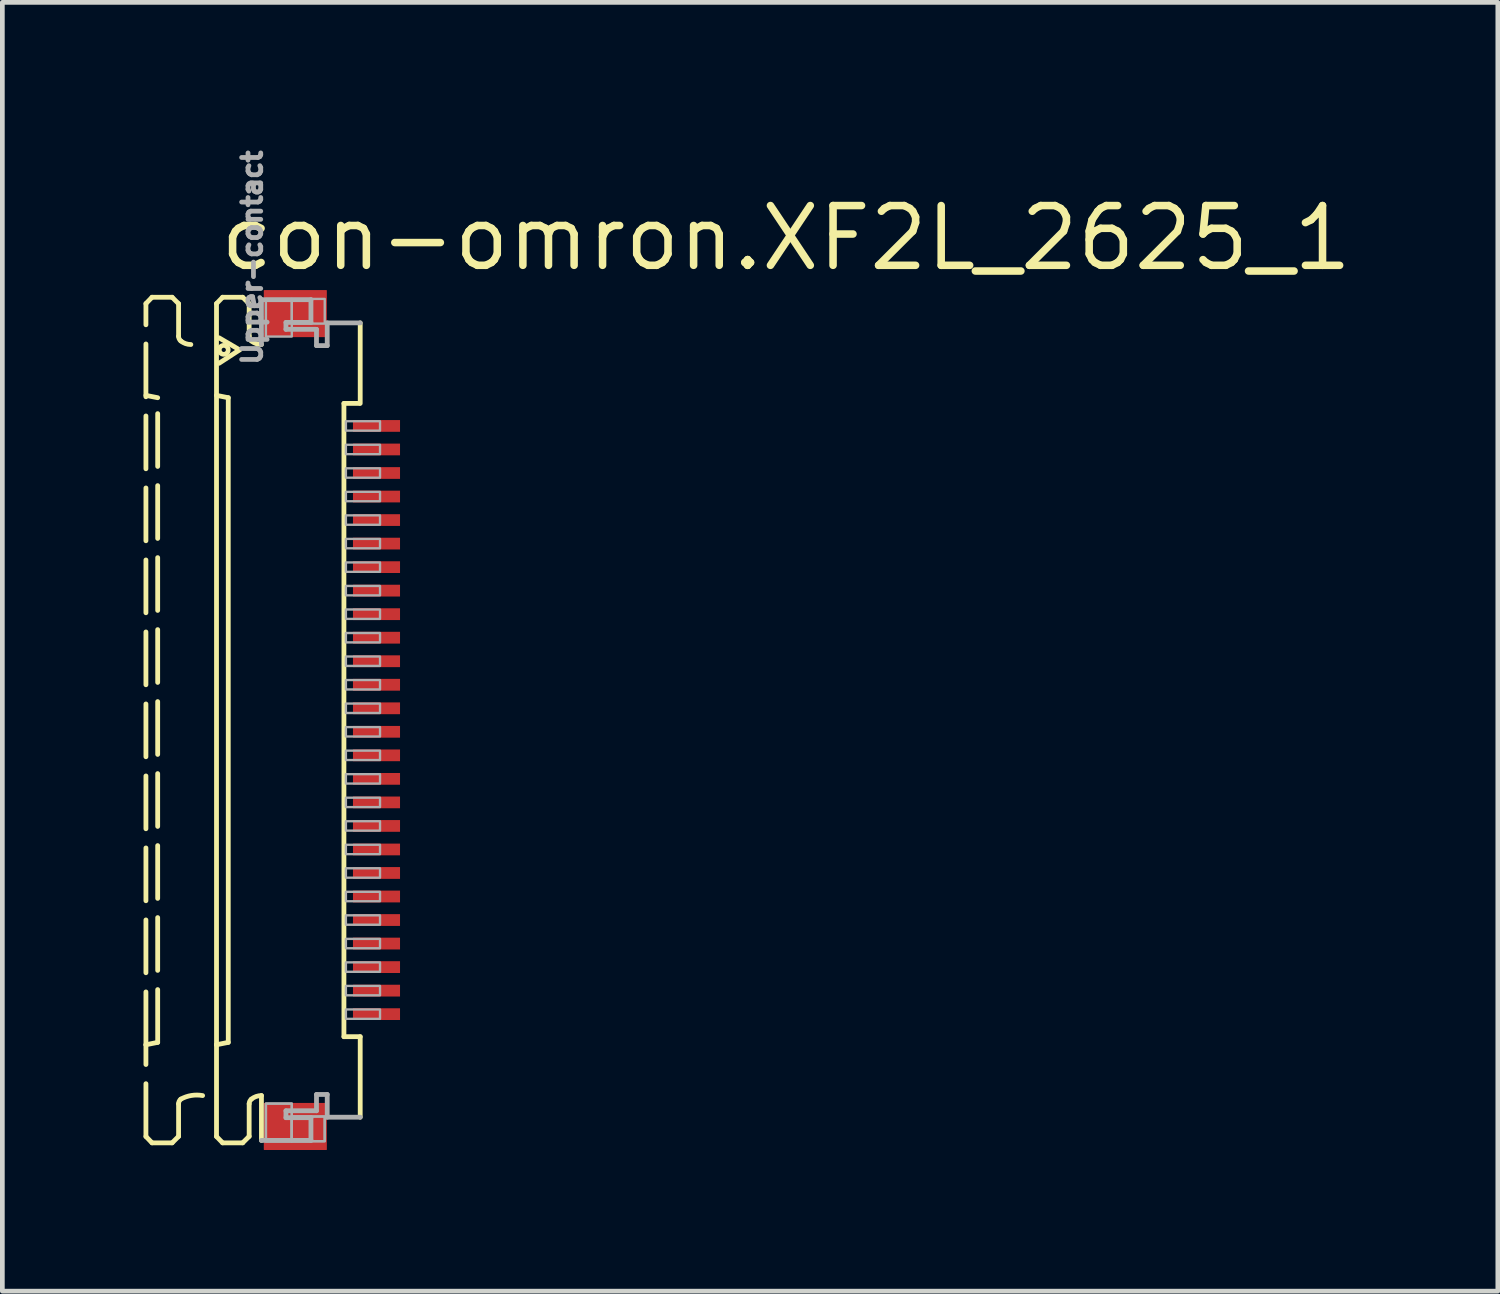
<source format=kicad_pcb>
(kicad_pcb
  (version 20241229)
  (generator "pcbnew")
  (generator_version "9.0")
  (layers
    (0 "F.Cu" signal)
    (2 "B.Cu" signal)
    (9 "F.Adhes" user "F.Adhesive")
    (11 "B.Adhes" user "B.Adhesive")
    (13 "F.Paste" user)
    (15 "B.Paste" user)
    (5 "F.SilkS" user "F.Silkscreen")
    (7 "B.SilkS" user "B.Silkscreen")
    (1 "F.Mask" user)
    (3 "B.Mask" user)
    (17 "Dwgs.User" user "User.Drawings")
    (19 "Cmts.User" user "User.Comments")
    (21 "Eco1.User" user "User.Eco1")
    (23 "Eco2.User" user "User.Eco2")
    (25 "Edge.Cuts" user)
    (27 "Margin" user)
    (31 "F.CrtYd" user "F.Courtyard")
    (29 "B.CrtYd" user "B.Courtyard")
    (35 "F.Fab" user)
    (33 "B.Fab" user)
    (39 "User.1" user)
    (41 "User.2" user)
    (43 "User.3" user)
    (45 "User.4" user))
  (footprint "con-omron.XF2L_2625_1"
    (layer "F.Cu")
    (at 3.046 12.252)
    (property "Reference" "con-omron.XF2L_2625_1" (at -1.5 -9.5 0) (layer "F.SilkS") (effects (font (size 1.27 1.27) (thickness 0.16)) (justify left bottom)))
    (attr smd)
    (fp_rect (start 1.355 -6.075) (end 2.455 -6.425) (stroke (width 0.05) (type default)) (fill yes) (layer "F.Mask"))
    (fp_rect (start 1.355 -5.575) (end 2.455 -5.925) (stroke (width 0.05) (type default)) (fill yes) (layer "F.Mask"))
    (fp_rect (start 1.355 -5.075) (end 2.455 -5.425) (stroke (width 0.05) (type default)) (fill yes) (layer "F.Mask"))
    (fp_rect (start 1.355 -4.575) (end 2.455 -4.925) (stroke (width 0.05) (type default)) (fill yes) (layer "F.Mask"))
    (fp_rect (start 1.355 -4.075) (end 2.455 -4.425) (stroke (width 0.05) (type default)) (fill yes) (layer "F.Mask"))
    (fp_rect (start 1.355 -3.575) (end 2.455 -3.925) (stroke (width 0.05) (type default)) (fill yes) (layer "F.Mask"))
    (fp_rect (start 1.355 -3.075) (end 2.455 -3.425) (stroke (width 0.05) (type default)) (fill yes) (layer "F.Mask"))
    (fp_rect (start 1.355 -2.575) (end 2.455 -2.925) (stroke (width 0.05) (type default)) (fill yes) (layer "F.Mask"))
    (fp_rect (start 1.355 -2.075) (end 2.455 -2.425) (stroke (width 0.05) (type default)) (fill yes) (layer "F.Mask"))
    (fp_rect (start 1.355 -1.575) (end 2.455 -1.925) (stroke (width 0.05) (type default)) (fill yes) (layer "F.Mask"))
    (fp_rect (start 1.355 -1.075) (end 2.455 -1.425) (stroke (width 0.05) (type default)) (fill yes) (layer "F.Mask"))
    (fp_rect (start 1.355 -0.575) (end 2.455 -0.925) (stroke (width 0.05) (type default)) (fill yes) (layer "F.Mask"))
    (fp_rect (start 1.355 -0.075) (end 2.455 -0.425) (stroke (width 0.05) (type default)) (fill yes) (layer "F.Mask"))
    (fp_rect (start 1.355 0.425) (end 2.455 0.075) (stroke (width 0.05) (type default)) (fill yes) (layer "F.Mask"))
    (fp_rect (start 1.355 0.925) (end 2.455 0.575) (stroke (width 0.05) (type default)) (fill yes) (layer "F.Mask"))
    (fp_rect (start 1.355 1.425) (end 2.455 1.075) (stroke (width 0.05) (type default)) (fill yes) (layer "F.Mask"))
    (fp_rect (start 1.355 1.925) (end 2.455 1.575) (stroke (width 0.05) (type default)) (fill yes) (layer "F.Mask"))
    (fp_rect (start 1.355 2.425) (end 2.455 2.075) (stroke (width 0.05) (type default)) (fill yes) (layer "F.Mask"))
    (fp_rect (start 1.355 2.925) (end 2.455 2.575) (stroke (width 0.05) (type default)) (fill yes) (layer "F.Mask"))
    (fp_rect (start 1.355 3.425) (end 2.455 3.075) (stroke (width 0.05) (type default)) (fill yes) (layer "F.Mask"))
    (fp_rect (start 1.355 3.925) (end 2.455 3.575) (stroke (width 0.05) (type default)) (fill yes) (layer "F.Mask"))
    (fp_rect (start 1.355 4.425) (end 2.455 4.075) (stroke (width 0.05) (type default)) (fill yes) (layer "F.Mask"))
    (fp_rect (start 1.355 4.925) (end 2.455 4.575) (stroke (width 0.05) (type default)) (fill yes) (layer "F.Mask"))
    (fp_rect (start 1.355 5.425) (end 2.455 5.075) (stroke (width 0.05) (type default)) (fill yes) (layer "F.Mask"))
    (fp_rect (start 1.355 5.925) (end 2.455 5.575) (stroke (width 0.05) (type default)) (fill yes) (layer "F.Mask"))
    (fp_rect (start 1.355 6.425) (end 2.455 6.075) (stroke (width 0.05) (type default)) (fill yes) (layer "F.Mask"))
    (fp_line (start -2.995 -8.85) (end -2.865 -8.985) (stroke (width 0.102) (type default)) (layer "F.SilkS"))
    (fp_line (start -2.995 -6.9) (end -2.745 -6.85) (stroke (width 0.102) (type default)) (layer "F.SilkS"))
    (fp_line (start -2.995 6.9) (end -2.995 -8.85) (stroke (width 0.102) (type dash)) (layer "F.SilkS"))
    (fp_line (start -2.995 8.85) (end -2.995 6.9) (stroke (width 0.102) (type dash)) (layer "F.SilkS"))
    (fp_line (start -2.995 8.85) (end -2.865 8.985) (stroke (width 0.102) (type default)) (layer "F.SilkS"))
    (fp_line (start -2.865 -8.985) (end -2.438 -8.985) (stroke (width 0.102) (type dash)) (layer "F.SilkS"))
    (fp_line (start -2.865 8.985) (end -2.438 8.985) (stroke (width 0.102) (type dash)) (layer "F.SilkS"))
    (fp_line (start -2.745 6.85) (end -2.995 6.9) (stroke (width 0.102) (type default)) (layer "F.SilkS"))
    (fp_line (start -2.745 6.85) (end -2.745 -6.85) (stroke (width 0.102) (type dash)) (layer "F.SilkS"))
    (fp_line (start -2.438 -8.985) (end -2.301 -8.848) (stroke (width 0.102) (type default)) (layer "F.SilkS"))
    (fp_line (start -2.438 8.985) (end -2.301 8.848) (stroke (width 0.102) (type default)) (layer "F.SilkS"))
    (fp_line (start -2.301 -8.848) (end -2.301 -8.156) (stroke (width 0.102) (type dash)) (layer "F.SilkS"))
    (fp_line (start -2.301 8.848) (end -2.301 8.156) (stroke (width 0.102) (type dash)) (layer "F.SilkS"))
    (fp_line (start -1.495 -8.85) (end -1.365 -8.985) (stroke (width 0.102) (type default)) (layer "F.SilkS"))
    (fp_line (start -1.495 -6.9) (end -1.245 -6.85) (stroke (width 0.102) (type default)) (layer "F.SilkS"))
    (fp_line (start -1.495 6.9) (end -1.495 -8.85) (stroke (width 0.102) (type default)) (layer "F.SilkS"))
    (fp_line (start -1.495 8.85) (end -1.495 6.9) (stroke (width 0.102) (type default)) (layer "F.SilkS"))
    (fp_line (start -1.495 8.85) (end -1.365 8.985) (stroke (width 0.102) (type default)) (layer "F.SilkS"))
    (fp_line (start -1.441 -8.123) (end -1.005 -7.867) (stroke (width 0.102) (type default)) (layer "F.SilkS"))
    (fp_line (start -1.365 -8.985) (end -0.939 -8.985) (stroke (width 0.102) (type default)) (layer "F.SilkS"))
    (fp_line (start -1.365 8.985) (end -0.939 8.985) (stroke (width 0.102) (type default)) (layer "F.SilkS"))
    (fp_line (start -1.245 6.85) (end -1.495 6.9) (stroke (width 0.102) (type default)) (layer "F.SilkS"))
    (fp_line (start -1.245 6.85) (end -1.245 -6.85) (stroke (width 0.102) (type default)) (layer "F.SilkS"))
    (fp_line (start -1.005 -7.867) (end -1.441 -7.582) (stroke (width 0.102) (type default)) (layer "F.SilkS"))
    (fp_line (start -0.939 -8.985) (end -0.801 -8.848) (stroke (width 0.102) (type default)) (layer "F.SilkS"))
    (fp_line (start -0.939 8.985) (end -0.801 8.848) (stroke (width 0.102) (type default)) (layer "F.SilkS"))
    (fp_line (start -0.801 -8.848) (end -0.801 -8.156) (stroke (width 0.102) (type default)) (layer "F.SilkS"))
    (fp_line (start -0.801 8.848) (end -0.801 8.156) (stroke (width 0.102) (type default)) (layer "F.SilkS"))
    (fp_line (start -0.54 7.98) (end -0.54 8.933) (stroke (width 0.102) (type default)) (layer "F.SilkS"))
    (fp_line (start 1.213 6.729) (end 1.213 -6.729) (stroke (width 0.102) (type default)) (layer "F.SilkS"))
    (fp_line (start 1.538 -6.729) (end 1.213 -6.729) (stroke (width 0.102) (type default)) (layer "F.SilkS"))
    (fp_line (start 1.559 -8.44) (end 1.559 -6.729) (stroke (width 0.102) (type default)) (layer "F.SilkS"))
    (fp_line (start 1.559 6.729) (end 1.213 6.729) (stroke (width 0.102) (type default)) (layer "F.SilkS"))
    (fp_line (start 1.559 8.44) (end 1.559 6.729) (stroke (width 0.102) (type default)) (layer "F.SilkS"))
    (fp_arc (start -2.301 8.1557) (mid -2.288538 8.100596) (end -2.2536 8.0562) (stroke (width 0.1016) (type default)) (layer "F.SilkS"))
    (fp_arc (start -2.2536 -8.0562) (mid -2.288538 -8.100596) (end -2.301 -8.1557) (stroke (width 0.1016) (type default)) (layer "F.SilkS"))
    (fp_arc (start -2.2536 8.0562) (mid -2.028476 7.978411) (end -1.7903 7.9804) (stroke (width 0.1016) (type default)) (layer "F.SilkS"))
    (fp_arc (start -2.0403 -7.9804) (mid -2.153476 -7.999936) (end -2.2536 -8.0562) (stroke (width 0.1016) (type default)) (layer "F.SilkS"))
    (fp_arc (start -0.801 8.1557) (mid -0.788538 8.100596) (end -0.7536 8.0562) (stroke (width 0.1016) (type default)) (layer "F.SilkS"))
    (fp_arc (start -0.7536 -8.0562) (mid -0.788538 -8.100596) (end -0.801 -8.1557) (stroke (width 0.1016) (type default)) (layer "F.SilkS"))
    (fp_arc (start -0.7536 8.0562) (mid -0.653476 7.999936) (end -0.5403 7.9804) (stroke (width 0.1016) (type default)) (layer "F.SilkS"))
    (fp_arc (start -0.5403 -7.9804) (mid -0.653476 -7.999936) (end -0.7536 -8.0562) (stroke (width 0.1016) (type default)) (layer "F.SilkS"))
    (fp_circle (center -1.341 -7.867) (end -1.246 -7.867) (stroke (width 0.1) (type default)) (fill no) (layer "F.SilkS"))
    (fp_line (start -0.54 -8.933) (end 0.512 -8.933) (stroke (width 0.102) (type default)) (layer "F.Fab"))
    (fp_line (start -0.54 -7.98) (end -0.54 -8.933) (stroke (width 0.102) (type default)) (layer "F.Fab"))
    (fp_line (start -0.54 8.933) (end 0.512 8.933) (stroke (width 0.102) (type default)) (layer "F.Fab"))
    (fp_line (start -0.019 -8.45) (end -0.019 -8.303) (stroke (width 0.102) (type default)) (layer "F.Fab"))
    (fp_line (start -0.019 -8.303) (end 0.63 -8.303) (stroke (width 0.102) (type default)) (layer "F.Fab"))
    (fp_line (start -0.019 8.303) (end 0.63 8.303) (stroke (width 0.102) (type default)) (layer "F.Fab"))
    (fp_line (start -0.019 8.45) (end -0.019 8.303) (stroke (width 0.102) (type default)) (layer "F.Fab"))
    (fp_line (start 0.512 -8.933) (end 0.512 -8.45) (stroke (width 0.102) (type default)) (layer "F.Fab"))
    (fp_line (start 0.512 -8.45) (end -0.019 -8.45) (stroke (width 0.102) (type default)) (layer "F.Fab"))
    (fp_line (start 0.512 8.45) (end -0.019 8.45) (stroke (width 0.102) (type default)) (layer "F.Fab"))
    (fp_line (start 0.512 8.933) (end 0.512 8.45) (stroke (width 0.102) (type default)) (layer "F.Fab"))
    (fp_line (start 0.63 -8.303) (end 0.63 -7.957) (stroke (width 0.102) (type default)) (layer "F.Fab"))
    (fp_line (start 0.63 -7.957) (end 0.858 -7.957) (stroke (width 0.102) (type default)) (layer "F.Fab"))
    (fp_line (start 0.63 7.957) (end 0.858 7.957) (stroke (width 0.102) (type default)) (layer "F.Fab"))
    (fp_line (start 0.63 8.303) (end 0.63 7.957) (stroke (width 0.102) (type default)) (layer "F.Fab"))
    (fp_line (start 0.858 -8.44) (end 1.559 -8.44) (stroke (width 0.102) (type default)) (layer "F.Fab"))
    (fp_line (start 0.858 -7.957) (end 0.858 -8.44) (stroke (width 0.102) (type default)) (layer "F.Fab"))
    (fp_line (start 0.858 7.957) (end 0.858 8.44) (stroke (width 0.102) (type default)) (layer "F.Fab"))
    (fp_line (start 0.858 8.44) (end 1.559 8.44) (stroke (width 0.102) (type default)) (layer "F.Fab"))
    (fp_rect (start -0.445 -8.15) (end 0.105 -8.95) (stroke (width 0.05) (type default)) (fill no) (layer "F.Fab"))
    (fp_rect (start -0.445 8.95) (end 0.105 8.15) (stroke (width 0.05) (type default)) (fill no) (layer "F.Fab"))
    (fp_rect (start -0.445 8.95) (end 0.105 8.15) (stroke (width 0.05) (type default)) (fill no) (layer "F.Fab"))
    (fp_rect (start 0.105 -8.425) (end 0.805 -8.95) (stroke (width 0.05) (type default)) (fill no) (layer "F.Fab"))
    (fp_rect (start 0.105 8.95) (end 0.805 8.425) (stroke (width 0.05) (type default)) (fill no) (layer "F.Fab"))
    (fp_rect (start 0.105 8.95) (end 0.805 8.425) (stroke (width 0.05) (type default)) (fill no) (layer "F.Fab"))
    (fp_rect (start 1.255 -6.15) (end 1.98 -6.35) (stroke (width 0.05) (type default)) (fill no) (layer "F.Fab"))
    (fp_rect (start 1.255 -5.65) (end 1.98 -5.85) (stroke (width 0.05) (type default)) (fill no) (layer "F.Fab"))
    (fp_rect (start 1.255 -5.15) (end 1.98 -5.35) (stroke (width 0.05) (type default)) (fill no) (layer "F.Fab"))
    (fp_rect (start 1.255 -4.65) (end 1.98 -4.85) (stroke (width 0.05) (type default)) (fill no) (layer "F.Fab"))
    (fp_rect (start 1.255 -4.15) (end 1.98 -4.35) (stroke (width 0.05) (type default)) (fill no) (layer "F.Fab"))
    (fp_rect (start 1.255 -3.65) (end 1.98 -3.85) (stroke (width 0.05) (type default)) (fill no) (layer "F.Fab"))
    (fp_rect (start 1.255 -3.15) (end 1.98 -3.35) (stroke (width 0.05) (type default)) (fill no) (layer "F.Fab"))
    (fp_rect (start 1.255 -2.65) (end 1.98 -2.85) (stroke (width 0.05) (type default)) (fill no) (layer "F.Fab"))
    (fp_rect (start 1.255 -2.15) (end 1.98 -2.35) (stroke (width 0.05) (type default)) (fill no) (layer "F.Fab"))
    (fp_rect (start 1.255 -1.65) (end 1.98 -1.85) (stroke (width 0.05) (type default)) (fill no) (layer "F.Fab"))
    (fp_rect (start 1.255 -1.15) (end 1.98 -1.35) (stroke (width 0.05) (type default)) (fill no) (layer "F.Fab"))
    (fp_rect (start 1.255 -0.65) (end 1.98 -0.85) (stroke (width 0.05) (type default)) (fill no) (layer "F.Fab"))
    (fp_rect (start 1.255 -0.15) (end 1.98 -0.35) (stroke (width 0.05) (type default)) (fill no) (layer "F.Fab"))
    (fp_rect (start 1.255 0.35) (end 1.98 0.15) (stroke (width 0.05) (type default)) (fill no) (layer "F.Fab"))
    (fp_rect (start 1.255 0.85) (end 1.98 0.65) (stroke (width 0.05) (type default)) (fill no) (layer "F.Fab"))
    (fp_rect (start 1.255 1.35) (end 1.98 1.15) (stroke (width 0.05) (type default)) (fill no) (layer "F.Fab"))
    (fp_rect (start 1.255 1.85) (end 1.98 1.65) (stroke (width 0.05) (type default)) (fill no) (layer "F.Fab"))
    (fp_rect (start 1.255 2.35) (end 1.98 2.15) (stroke (width 0.05) (type default)) (fill no) (layer "F.Fab"))
    (fp_rect (start 1.255 2.85) (end 1.98 2.65) (stroke (width 0.05) (type default)) (fill no) (layer "F.Fab"))
    (fp_rect (start 1.255 3.35) (end 1.98 3.15) (stroke (width 0.05) (type default)) (fill no) (layer "F.Fab"))
    (fp_rect (start 1.255 3.85) (end 1.98 3.65) (stroke (width 0.05) (type default)) (fill no) (layer "F.Fab"))
    (fp_rect (start 1.255 4.35) (end 1.98 4.15) (stroke (width 0.05) (type default)) (fill no) (layer "F.Fab"))
    (fp_rect (start 1.255 4.85) (end 1.98 4.65) (stroke (width 0.05) (type default)) (fill no) (layer "F.Fab"))
    (fp_rect (start 1.255 5.35) (end 1.98 5.15) (stroke (width 0.05) (type default)) (fill no) (layer "F.Fab"))
    (fp_rect (start 1.255 5.85) (end 1.98 5.65) (stroke (width 0.05) (type default)) (fill no) (layer "F.Fab"))
    (fp_rect (start 1.255 6.35) (end 1.98 6.15) (stroke (width 0.05) (type default)) (fill no) (layer "F.Fab"))
    (fp_text user "Upper-contact" (at -0.5 -7.5 270) (layer "F.Fab") (effects (font (size 0.406 0.406) (thickness 0.15)) (justify left bottom)))
    (pad "1" smd roundrect (at 1.905 -6.25) (size 1 0.25) (layers "F.Cu" "F.Mask" "F.Paste") (roundrect_rratio 0.01))
    (pad "2" smd roundrect (at 1.905 -5.75) (size 1 0.25) (layers "F.Cu" "F.Mask" "F.Paste") (roundrect_rratio 0.01))
    (pad "3" smd roundrect (at 1.905 -5.25) (size 1 0.25) (layers "F.Cu" "F.Mask" "F.Paste") (roundrect_rratio 0.01))
    (pad "4" smd roundrect (at 1.905 -4.75) (size 1 0.25) (layers "F.Cu" "F.Mask" "F.Paste") (roundrect_rratio 0.01))
    (pad "5" smd roundrect (at 1.905 -4.25) (size 1 0.25) (layers "F.Cu" "F.Mask" "F.Paste") (roundrect_rratio 0.01))
    (pad "6" smd roundrect (at 1.905 -3.75) (size 1 0.25) (layers "F.Cu" "F.Mask" "F.Paste") (roundrect_rratio 0.01))
    (pad "7" smd roundrect (at 1.905 -3.25) (size 1 0.25) (layers "F.Cu" "F.Mask" "F.Paste") (roundrect_rratio 0.01))
    (pad "8" smd roundrect (at 1.905 -2.75) (size 1 0.25) (layers "F.Cu" "F.Mask" "F.Paste") (roundrect_rratio 0.01))
    (pad "9" smd roundrect (at 1.905 -2.25) (size 1 0.25) (layers "F.Cu" "F.Mask" "F.Paste") (roundrect_rratio 0.01))
    (pad "10" smd roundrect (at 1.905 -1.75) (size 1 0.25) (layers "F.Cu" "F.Mask" "F.Paste") (roundrect_rratio 0.01))
    (pad "11" smd roundrect (at 1.905 -1.25) (size 1 0.25) (layers "F.Cu" "F.Mask" "F.Paste") (roundrect_rratio 0.01))
    (pad "12" smd roundrect (at 1.905 -0.75) (size 1 0.25) (layers "F.Cu" "F.Mask" "F.Paste") (roundrect_rratio 0.01))
    (pad "13" smd roundrect (at 1.905 -0.25) (size 1 0.25) (layers "F.Cu" "F.Mask" "F.Paste") (roundrect_rratio 0.01))
    (pad "14" smd roundrect (at 1.905 0.25) (size 1 0.25) (layers "F.Cu" "F.Mask" "F.Paste") (roundrect_rratio 0.01))
    (pad "15" smd roundrect (at 1.905 0.75) (size 1 0.25) (layers "F.Cu" "F.Mask" "F.Paste") (roundrect_rratio 0.01))
    (pad "16" smd roundrect (at 1.905 1.25) (size 1 0.25) (layers "F.Cu" "F.Mask" "F.Paste") (roundrect_rratio 0.01))
    (pad "17" smd roundrect (at 1.905 1.75) (size 1 0.25) (layers "F.Cu" "F.Mask" "F.Paste") (roundrect_rratio 0.01))
    (pad "18" smd roundrect (at 1.905 2.25) (size 1 0.25) (layers "F.Cu" "F.Mask" "F.Paste") (roundrect_rratio 0.01))
    (pad "19" smd roundrect (at 1.905 2.75) (size 1 0.25) (layers "F.Cu" "F.Mask" "F.Paste") (roundrect_rratio 0.01))
    (pad "20" smd roundrect (at 1.905 3.25) (size 1 0.25) (layers "F.Cu" "F.Mask" "F.Paste") (roundrect_rratio 0.01))
    (pad "21" smd roundrect (at 1.905 3.75) (size 1 0.25) (layers "F.Cu" "F.Mask" "F.Paste") (roundrect_rratio 0.01))
    (pad "22" smd roundrect (at 1.905 4.25) (size 1 0.25) (layers "F.Cu" "F.Mask" "F.Paste") (roundrect_rratio 0.01))
    (pad "23" smd roundrect (at 1.905 4.75) (size 1 0.25) (layers "F.Cu" "F.Mask" "F.Paste") (roundrect_rratio 0.01))
    (pad "24" smd roundrect (at 1.905 5.25) (size 1 0.25) (layers "F.Cu" "F.Mask" "F.Paste") (roundrect_rratio 0.01))
    (pad "25" smd roundrect (at 1.905 5.75) (size 1 0.25) (layers "F.Cu" "F.Mask" "F.Paste") (roundrect_rratio 0.01))
    (pad "26" smd roundrect (at 1.905 6.25) (size 1 0.25) (layers "F.Cu" "F.Mask" "F.Paste") (roundrect_rratio 0.01))
    (pad "M1" smd roundrect (at 0.18 -8.637) (size 1.34 1) (layers "F.Cu" "F.Mask" "F.Paste") (roundrect_rratio 0.01))
    (pad "M2" smd roundrect (at 0.18 8.637) (size 1.34 1) (layers "F.Cu" "F.Mask" "F.Paste") (roundrect_rratio 0.01)))
  (gr_rect
    (start -3 -3)
    (end 28.781 24.389)
    (stroke (width 0.1) (type default))
    (fill no)
    (layer "Edge.Cuts")))
</source>
